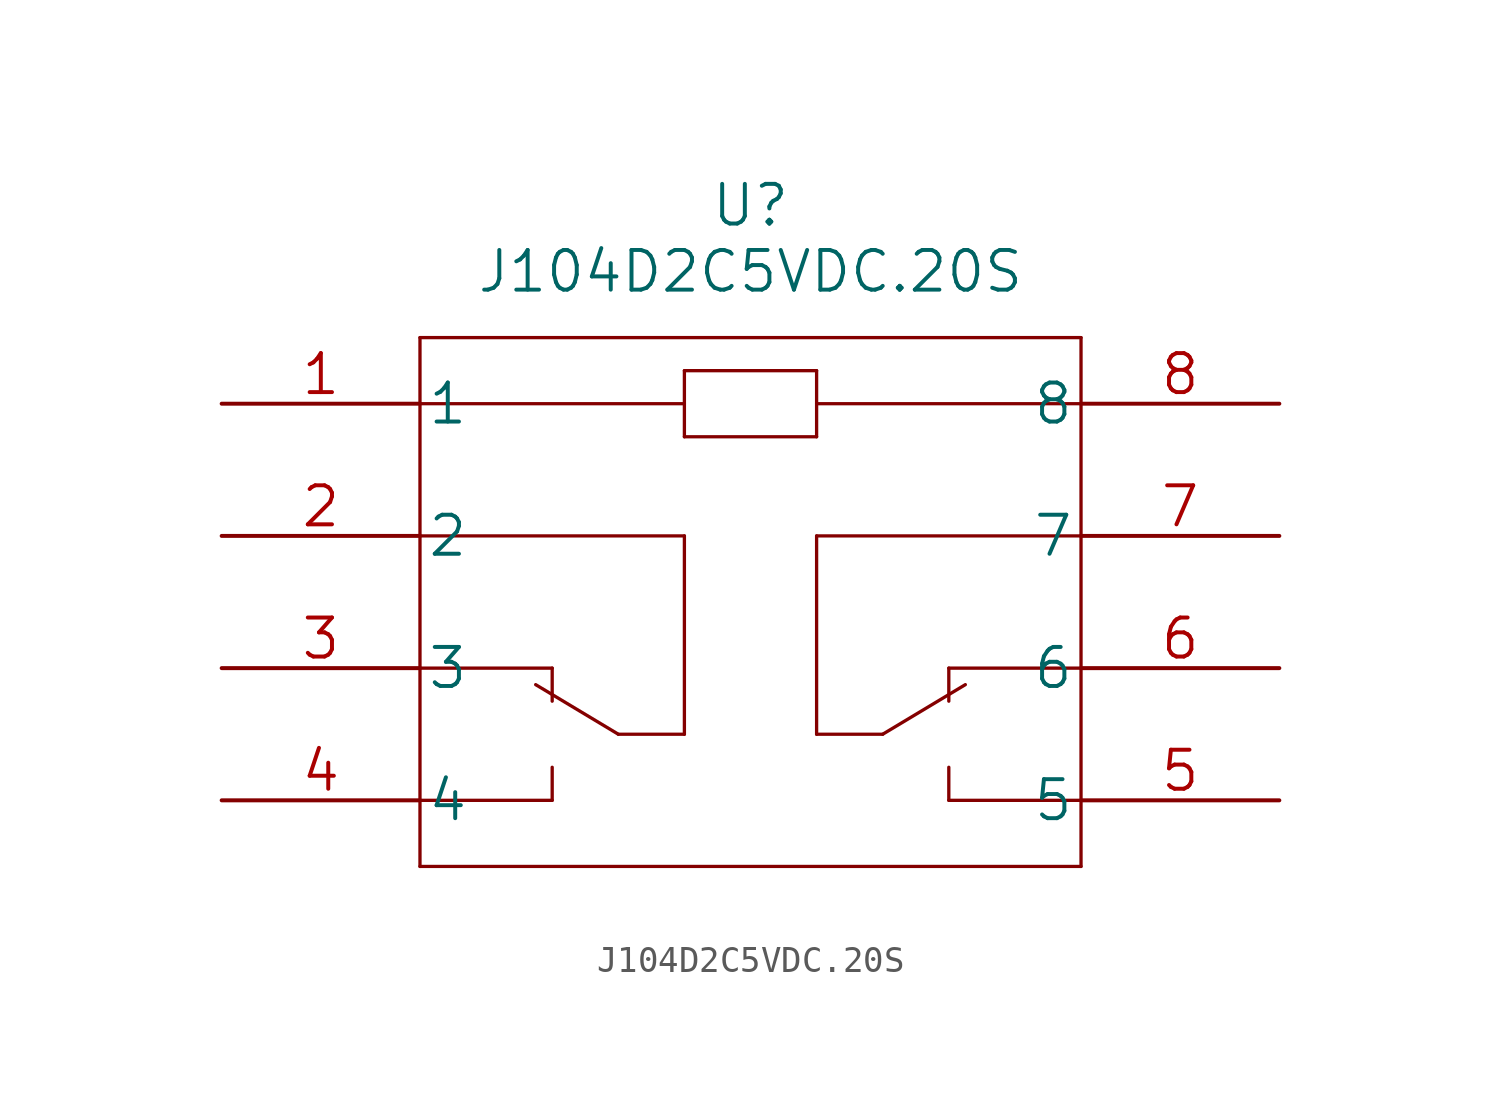
<source format=kicad_sym>
(kicad_symbol_lib
  (version 20211014)
  (generator kicad_symbol_editor)
  (symbol "J104D2C5VDC.20S"
    (pin_names
      (offset 0.254))
    (property "Reference" "U"
      (at 20.32 10.16 0)
      (effects (font (size 1.524 1.524))))
    (property "Value" "J104D2C5VDC.20S"
      (at 20.32 7.62 0)
      (effects (font (size 1.524 1.524))))
    (property "Datasheet" ""
      (at 0 0 0)
      (effects (font (size 1.524 1.524))))
    (property "ki_locked" ""
      (at 0 0 0)
      (effects (font (size 1.27 1.27))))
    (symbol "J104D2C5VDC.20S_1_1"
      (polyline (pts (xy 7.62 -15.24) (xy 33.02 -15.24)) (stroke (width 0.127) (type default) (color 0 0 0 0)) (fill (type none)))
      (polyline (pts (xy 7.62 -12.7) (xy 12.7 -12.7)) (stroke (width 0.127) (type default) (color 0 0 0 0)) (fill (type none)))
      (polyline (pts (xy 7.62 -7.62) (xy 12.7 -7.62)) (stroke (width 0.127) (type default) (color 0 0 0 0)) (fill (type none)))
      (polyline (pts (xy 7.62 -2.54) (xy 17.78 -2.54)) (stroke (width 0.127) (type default) (color 0 0 0 0)) (fill (type none)))
      (polyline (pts (xy 7.62 2.54) (xy 17.78 2.54)) (stroke (width 0.127) (type default) (color 0 0 0 0)) (fill (type none)))
      (polyline (pts (xy 7.62 5.08) (xy 7.62 -15.24)) (stroke (width 0.127) (type default) (color 0 0 0 0)) (fill (type none)))
      (polyline (pts (xy 12.7 -11.43) (xy 12.7 -12.7)) (stroke (width 0.127) (type default) (color 0 0 0 0)) (fill (type none)))
      (polyline (pts (xy 12.7 -7.62) (xy 12.7 -8.89)) (stroke (width 0.127) (type default) (color 0 0 0 0)) (fill (type none)))
      (polyline (pts (xy 15.24 -10.16) (xy 12.065 -8.255)) (stroke (width 0.127) (type default) (color 0 0 0 0)) (fill (type none)))
      (polyline (pts (xy 17.78 -10.16) (xy 15.24 -10.16)) (stroke (width 0.127) (type default) (color 0 0 0 0)) (fill (type none)))
      (polyline (pts (xy 17.78 -2.54) (xy 17.78 -10.16)) (stroke (width 0.127) (type default) (color 0 0 0 0)) (fill (type none)))
      (polyline (pts (xy 17.78 1.27) (xy 22.86 1.27)) (stroke (width 0.127) (type default) (color 0 0 0 0)) (fill (type none)))
      (polyline (pts (xy 17.78 3.81) (xy 17.78 1.27)) (stroke (width 0.127) (type default) (color 0 0 0 0)) (fill (type none)))
      (polyline (pts (xy 22.86 -10.16) (xy 25.4 -10.16)) (stroke (width 0.127) (type default) (color 0 0 0 0)) (fill (type none)))
      (polyline (pts (xy 22.86 -2.54) (xy 22.86 -10.16)) (stroke (width 0.127) (type default) (color 0 0 0 0)) (fill (type none)))
      (polyline (pts (xy 22.86 -2.54) (xy 33.02 -2.54)) (stroke (width 0.127) (type default) (color 0 0 0 0)) (fill (type none)))
      (polyline (pts (xy 22.86 1.27) (xy 22.86 3.81)) (stroke (width 0.127) (type default) (color 0 0 0 0)) (fill (type none)))
      (polyline (pts (xy 22.86 2.54) (xy 33.02 2.54)) (stroke (width 0.127) (type default) (color 0 0 0 0)) (fill (type none)))
      (polyline (pts (xy 22.86 3.81) (xy 17.78 3.81)) (stroke (width 0.127) (type default) (color 0 0 0 0)) (fill (type none)))
      (polyline (pts (xy 25.4 -10.16) (xy 28.575 -8.255)) (stroke (width 0.127) (type default) (color 0 0 0 0)) (fill (type none)))
      (polyline (pts (xy 27.94 -12.7) (xy 33.02 -12.7)) (stroke (width 0.127) (type default) (color 0 0 0 0)) (fill (type none)))
      (polyline (pts (xy 27.94 -11.43) (xy 27.94 -12.7)) (stroke (width 0.127) (type default) (color 0 0 0 0)) (fill (type none)))
      (polyline (pts (xy 27.94 -7.62) (xy 27.94 -8.89)) (stroke (width 0.127) (type default) (color 0 0 0 0)) (fill (type none)))
      (polyline (pts (xy 33.02 -15.24) (xy 33.02 5.08)) (stroke (width 0.127) (type default) (color 0 0 0 0)) (fill (type none)))
      (polyline (pts (xy 33.02 -7.62) (xy 27.94 -7.62)) (stroke (width 0.127) (type default) (color 0 0 0 0)) (fill (type none)))
      (polyline (pts (xy 33.02 5.08) (xy 7.62 5.08)) (stroke (width 0.127) (type default) (color 0 0 0 0)) (fill (type none)))
      (pin unspecified line (at 0 2.54 0) (length 7.62) (name "1" (effects (font (size 1.499 1.499)))) (number "1" (effects (font (size 1.499 1.499)))))
      (pin unspecified line (at 0 -2.54 0) (length 7.62) (name "2" (effects (font (size 1.499 1.499)))) (number "2" (effects (font (size 1.499 1.499)))))
      (pin unspecified line (at 0 -7.62 0) (length 7.62) (name "3" (effects (font (size 1.499 1.499)))) (number "3" (effects (font (size 1.499 1.499)))))
      (pin unspecified line (at 0 -12.7 0) (length 7.62) (name "4" (effects (font (size 1.499 1.499)))) (number "4" (effects (font (size 1.499 1.499)))))
      (pin unspecified line (at 40.64 -12.7 180) (length 7.62) (name "5" (effects (font (size 1.499 1.499)))) (number "5" (effects (font (size 1.499 1.499)))))
      (pin unspecified line (at 40.64 -7.62 180) (length 7.62) (name "6" (effects (font (size 1.499 1.499)))) (number "6" (effects (font (size 1.499 1.499)))))
      (pin unspecified line (at 40.64 -2.54 180) (length 7.62) (name "7" (effects (font (size 1.499 1.499)))) (number "7" (effects (font (size 1.499 1.499)))))
      (pin unspecified line (at 40.64 2.54 180) (length 7.62) (name "8" (effects (font (size 1.499 1.499)))) (number "8" (effects (font (size 1.499 1.499))))))))
</source>
